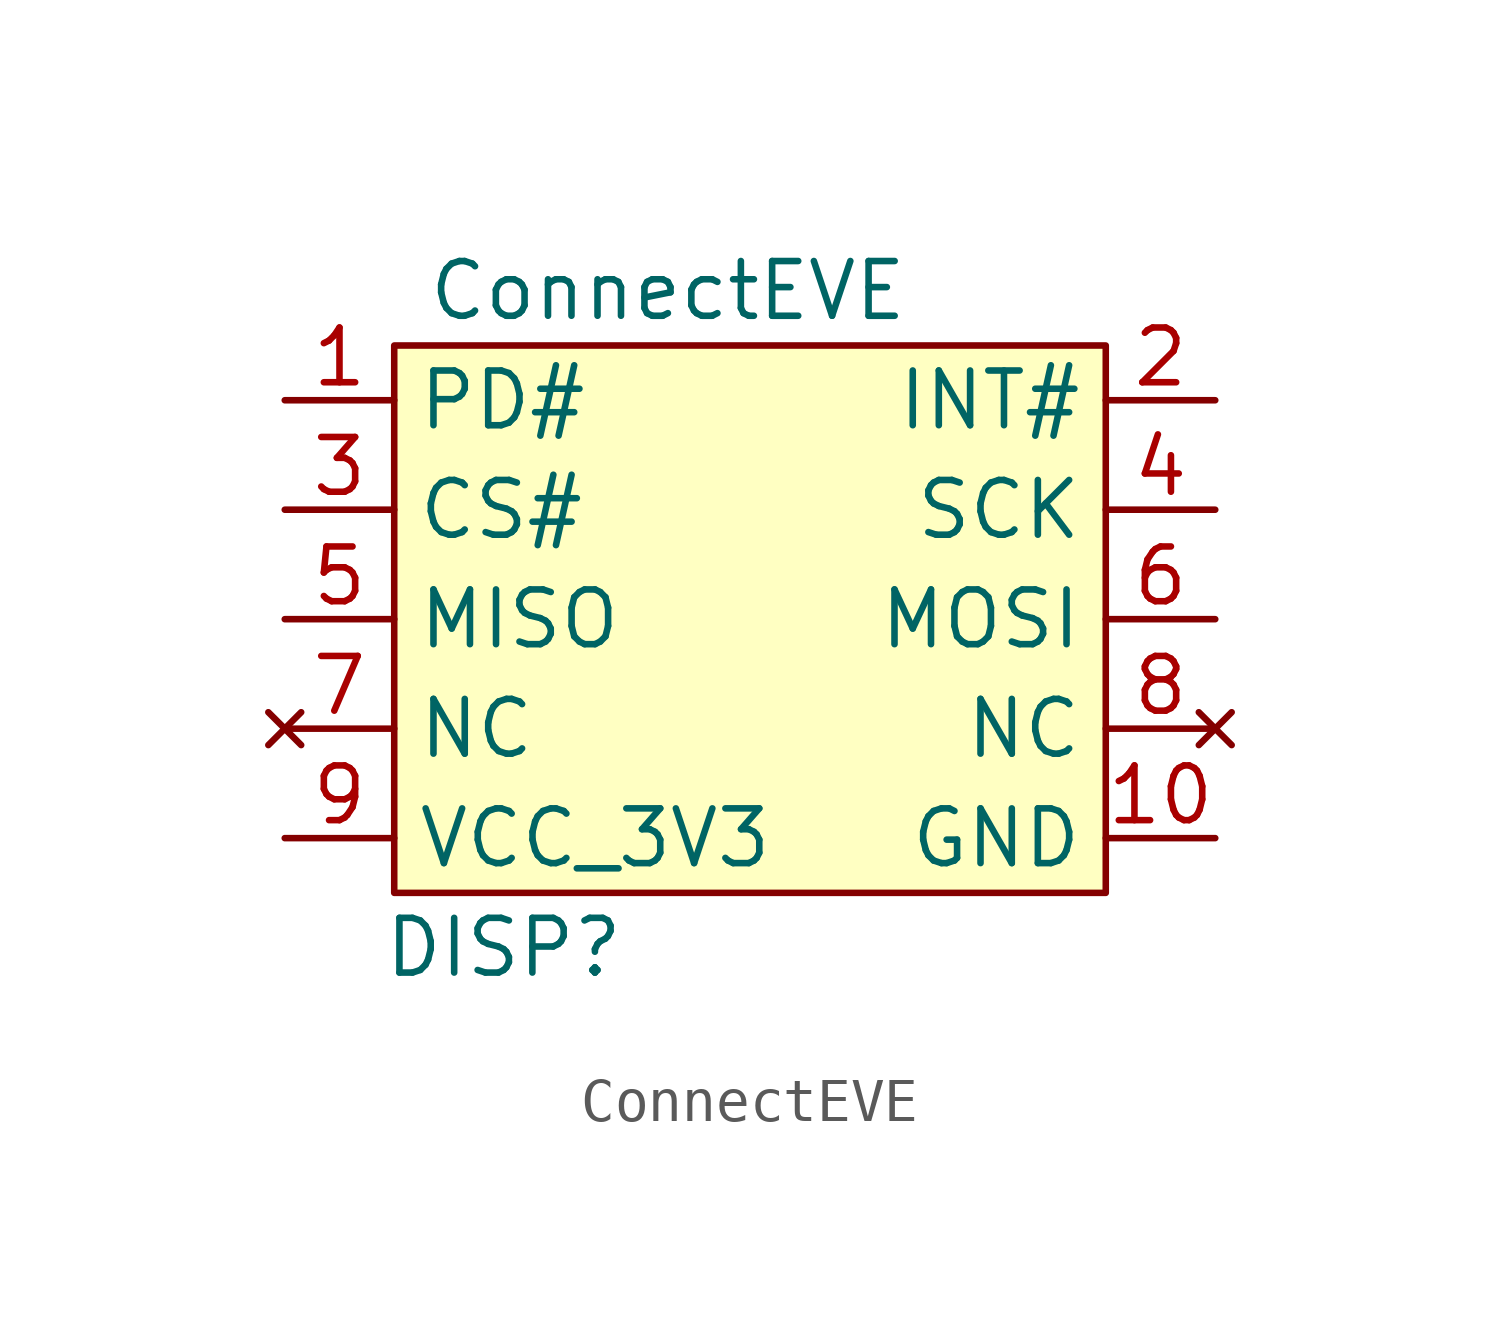
<source format=kicad_sym>
(kicad_symbol_lib
  (version 20210619)
  (generator kicad_symbol_editor)
  (symbol "display_user:ConnectEVE"
    (property "Reference" "DISP"
      (at 2.54 -12.7 0)
      (effects (font (size 1.27 1.27))))
    (property "Value" "ConnectEVE"
      (at 6.35 2.54 0)
      (effects (font (size 1.27 1.27))))
    (symbol "ConnectEVE_0_1"
      (rectangle (start 0 1.27) (end 16.51 -11.43) (stroke (width 0.152)) (fill (type background))))
    (symbol "ConnectEVE_1_1"
      (pin input line (at -2.54 0 0) (length 2.54) (name "PD#" (effects (font (size 1.27 1.27)))) (number "1" (effects (font (size 1.27 1.27)))))
      (pin power_out line (at 19.05 -10.16 180) (length 2.54) (name "GND" (effects (font (size 1.27 1.27)))) (number "10" (effects (font (size 1.27 1.27)))))
      (pin input line (at 19.05 0 180) (length 2.54) (name "INT#" (effects (font (size 1.27 1.27)))) (number "2" (effects (font (size 1.27 1.27)))))
      (pin input line (at -2.54 -2.54 0) (length 2.54) (name "CS#" (effects (font (size 1.27 1.27)))) (number "3" (effects (font (size 1.27 1.27)))))
      (pin input line (at 19.05 -2.54 180) (length 2.54) (name "SCK" (effects (font (size 1.27 1.27)))) (number "4" (effects (font (size 1.27 1.27)))))
      (pin input line (at -2.54 -5.08 0) (length 2.54) (name "MISO" (effects (font (size 1.27 1.27)))) (number "5" (effects (font (size 1.27 1.27)))))
      (pin output line (at 19.05 -5.08 180) (length 2.54) (name "MOSI" (effects (font (size 1.27 1.27)))) (number "6" (effects (font (size 1.27 1.27)))))
      (pin no_connect line (at -2.54 -7.62 0) (length 2.54) (name "NC" (effects (font (size 1.27 1.27)))) (number "7" (effects (font (size 1.27 1.27)))))
      (pin no_connect line (at 19.05 -7.62 180) (length 2.54) (name "NC" (effects (font (size 1.27 1.27)))) (number "8" (effects (font (size 1.27 1.27)))))
      (pin power_in line (at -2.54 -10.16 0) (length 2.54) (name "VCC_3V3" (effects (font (size 1.27 1.27)))) (number "9" (effects (font (size 1.27 1.27))))))))
</source>
